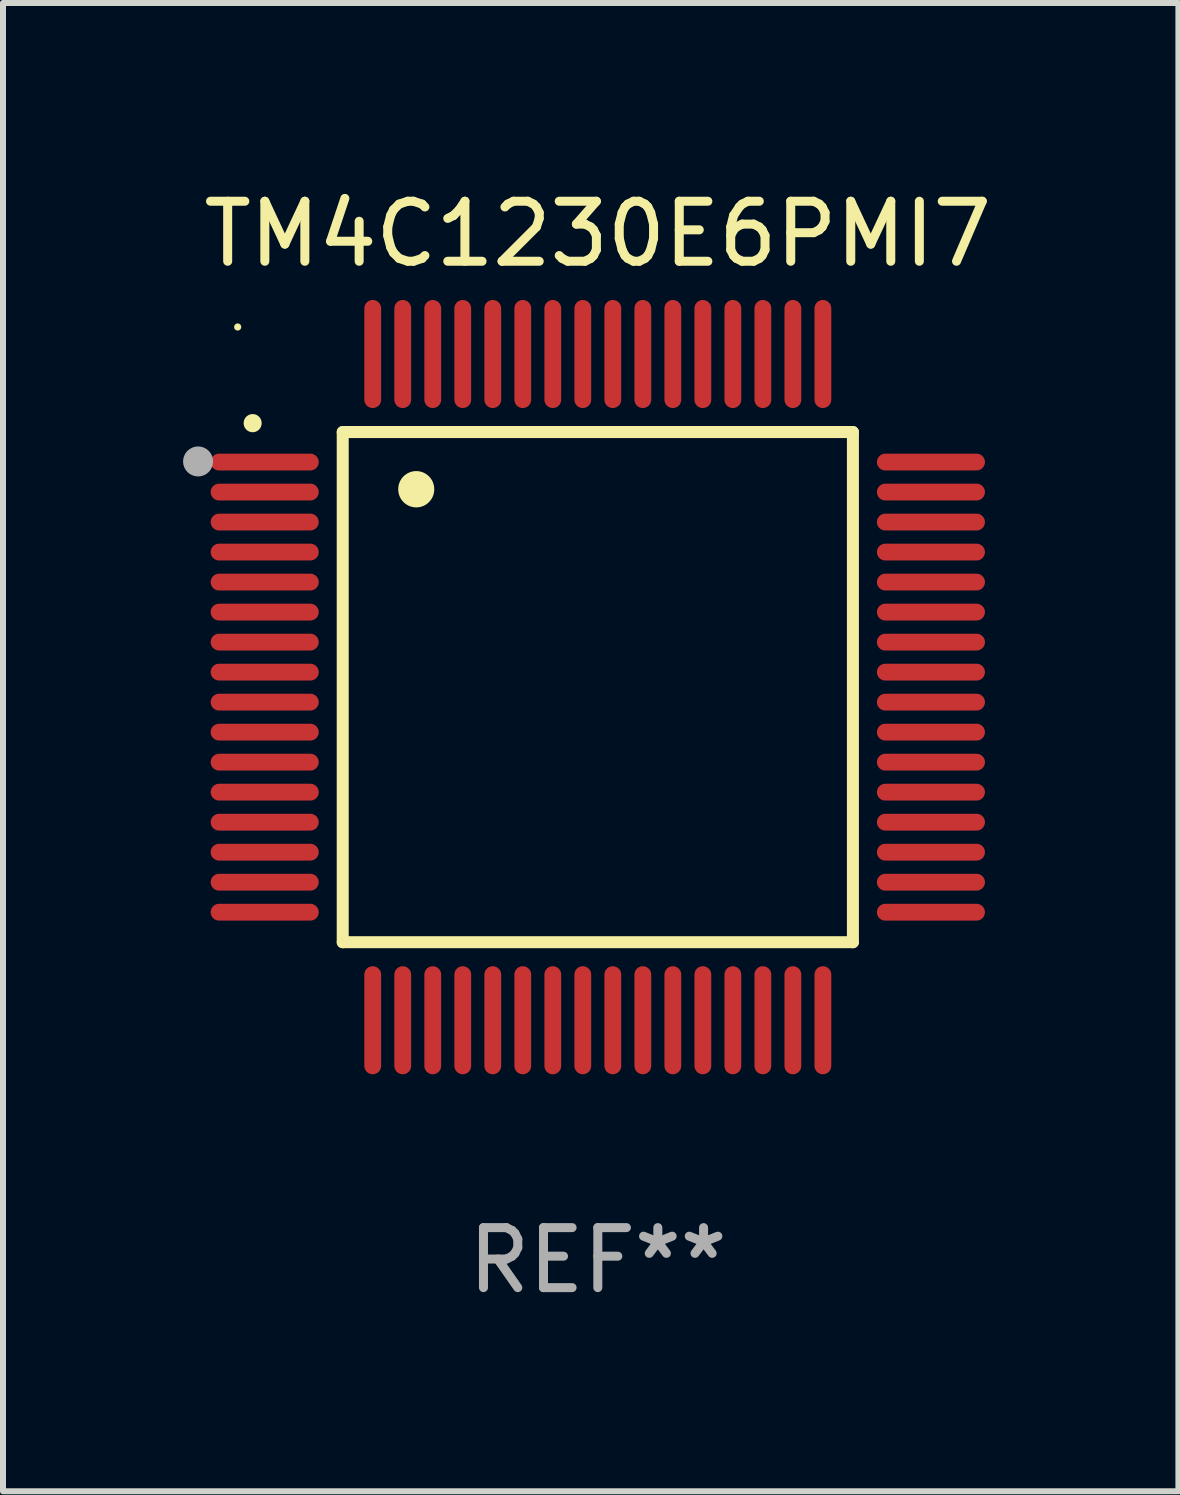
<source format=kicad_pcb>
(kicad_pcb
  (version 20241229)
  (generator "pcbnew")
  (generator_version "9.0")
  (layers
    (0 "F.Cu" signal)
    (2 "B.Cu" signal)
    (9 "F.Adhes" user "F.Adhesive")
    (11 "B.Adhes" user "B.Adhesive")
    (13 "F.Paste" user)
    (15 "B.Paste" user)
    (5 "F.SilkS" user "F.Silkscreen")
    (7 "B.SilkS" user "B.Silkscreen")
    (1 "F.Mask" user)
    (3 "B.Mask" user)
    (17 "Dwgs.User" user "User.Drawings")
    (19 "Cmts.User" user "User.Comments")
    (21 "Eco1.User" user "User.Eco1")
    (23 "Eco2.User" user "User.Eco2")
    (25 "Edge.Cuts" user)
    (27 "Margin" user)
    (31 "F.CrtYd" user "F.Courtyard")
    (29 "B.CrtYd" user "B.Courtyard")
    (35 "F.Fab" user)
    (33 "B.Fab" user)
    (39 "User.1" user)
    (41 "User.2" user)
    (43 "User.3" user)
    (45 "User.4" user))
  (footprint "TM4C1230E6PMI7"
    (layer "F.Cu")
    (at 6.91 8.398)
    (property "Reference" "TM4C1230E6PMI7" (at 0 -7.55 0) (layer "F.SilkS") (effects (font (size 1 1) (thickness 0.15))))
    (attr through_hole)
    (fp_line (start -4.25 -4.25) (end -4.25 4.25) (stroke (width 0.2) (type solid)) (layer "F.SilkS"))
    (fp_line (start -4.25 4.25) (end 4.25 4.25) (stroke (width 0.2) (type solid)) (layer "F.SilkS"))
    (fp_line (start 4.25 -4.25) (end -4.25 -4.25) (stroke (width 0.2) (type solid)) (layer "F.SilkS"))
    (fp_line (start 4.25 4.25) (end 4.25 -4.25) (stroke (width 0.2) (type solid)) (layer "F.SilkS"))
    (fp_arc (start -5.750572 -4.396749) (mid -5.750577 -4.398019) (end -5.750572 -4.399289) (stroke (width 0.3) (type solid)) (layer "F.SilkS"))
    (fp_arc (start -3.025146 -3.294387) (mid -3.025157 -3.296927) (end -3.025146 -3.299467) (stroke (width 0.6) (type solid)) (layer "F.SilkS"))
    (fp_circle (center -6 -6) (end -5.97 -6) (stroke (width 0.06) (type solid)) (fill no) (layer "F.SilkS"))
    (fp_circle (center -6.66 -3.76) (end -6.535 -3.76) (stroke (width 0.25) (type solid)) (fill no) (layer "F.Fab"))
    (fp_text user "REF**" (at 0 9.55 0) (layer "F.Fab") (effects (font (size 1 1) (thickness 0.15))))
    (pad "1" smd oval (at -5.55 -3.75) (size 1.8 0.28) (layers "F.Cu" "F.Mask" "F.Paste"))
    (pad "2" smd oval (at -5.55 -3.25) (size 1.8 0.28) (layers "F.Cu" "F.Mask" "F.Paste"))
    (pad "3" smd oval (at -5.55 -2.75) (size 1.8 0.28) (layers "F.Cu" "F.Mask" "F.Paste"))
    (pad "4" smd oval (at -5.55 -2.25) (size 1.8 0.28) (layers "F.Cu" "F.Mask" "F.Paste"))
    (pad "5" smd oval (at -5.55 -1.75) (size 1.8 0.28) (layers "F.Cu" "F.Mask" "F.Paste"))
    (pad "6" smd oval (at -5.55 -1.25) (size 1.8 0.28) (layers "F.Cu" "F.Mask" "F.Paste"))
    (pad "7" smd oval (at -5.55 -0.75) (size 1.8 0.28) (layers "F.Cu" "F.Mask" "F.Paste"))
    (pad "8" smd oval (at -5.55 -0.25) (size 1.8 0.28) (layers "F.Cu" "F.Mask" "F.Paste"))
    (pad "9" smd oval (at -5.55 0.25) (size 1.8 0.28) (layers "F.Cu" "F.Mask" "F.Paste"))
    (pad "10" smd oval (at -5.55 0.75) (size 1.8 0.28) (layers "F.Cu" "F.Mask" "F.Paste"))
    (pad "11" smd oval (at -5.55 1.25) (size 1.8 0.28) (layers "F.Cu" "F.Mask" "F.Paste"))
    (pad "12" smd oval (at -5.55 1.75) (size 1.8 0.28) (layers "F.Cu" "F.Mask" "F.Paste"))
    (pad "13" smd oval (at -5.55 2.25) (size 1.8 0.28) (layers "F.Cu" "F.Mask" "F.Paste"))
    (pad "14" smd oval (at -5.55 2.75) (size 1.8 0.28) (layers "F.Cu" "F.Mask" "F.Paste"))
    (pad "15" smd oval (at -5.55 3.25) (size 1.8 0.28) (layers "F.Cu" "F.Mask" "F.Paste"))
    (pad "16" smd oval (at -5.55 3.75) (size 1.8 0.28) (layers "F.Cu" "F.Mask" "F.Paste"))
    (pad "17" smd oval (at -3.75 5.55) (size 0.28 1.8) (layers "F.Cu" "F.Mask" "F.Paste"))
    (pad "18" smd oval (at -3.25 5.55) (size 0.28 1.8) (layers "F.Cu" "F.Mask" "F.Paste"))
    (pad "19" smd oval (at -2.75 5.55) (size 0.28 1.8) (layers "F.Cu" "F.Mask" "F.Paste"))
    (pad "20" smd oval (at -2.25 5.55) (size 0.28 1.8) (layers "F.Cu" "F.Mask" "F.Paste"))
    (pad "21" smd oval (at -1.75 5.55) (size 0.28 1.8) (layers "F.Cu" "F.Mask" "F.Paste"))
    (pad "22" smd oval (at -1.25 5.55) (size 0.28 1.8) (layers "F.Cu" "F.Mask" "F.Paste"))
    (pad "23" smd oval (at -0.75 5.55) (size 0.28 1.8) (layers "F.Cu" "F.Mask" "F.Paste"))
    (pad "24" smd oval (at -0.25 5.55) (size 0.28 1.8) (layers "F.Cu" "F.Mask" "F.Paste"))
    (pad "25" smd oval (at 0.25 5.55) (size 0.28 1.8) (layers "F.Cu" "F.Mask" "F.Paste"))
    (pad "26" smd oval (at 0.75 5.55) (size 0.28 1.8) (layers "F.Cu" "F.Mask" "F.Paste"))
    (pad "27" smd oval (at 1.25 5.55) (size 0.28 1.8) (layers "F.Cu" "F.Mask" "F.Paste"))
    (pad "28" smd oval (at 1.75 5.55) (size 0.28 1.8) (layers "F.Cu" "F.Mask" "F.Paste"))
    (pad "29" smd oval (at 2.25 5.55) (size 0.28 1.8) (layers "F.Cu" "F.Mask" "F.Paste"))
    (pad "30" smd oval (at 2.75 5.55) (size 0.28 1.8) (layers "F.Cu" "F.Mask" "F.Paste"))
    (pad "31" smd oval (at 3.25 5.55) (size 0.28 1.8) (layers "F.Cu" "F.Mask" "F.Paste"))
    (pad "32" smd oval (at 3.75 5.55) (size 0.28 1.8) (layers "F.Cu" "F.Mask" "F.Paste"))
    (pad "33" smd oval (at 5.55 3.75) (size 1.8 0.28) (layers "F.Cu" "F.Mask" "F.Paste"))
    (pad "34" smd oval (at 5.55 3.25) (size 1.8 0.28) (layers "F.Cu" "F.Mask" "F.Paste"))
    (pad "35" smd oval (at 5.55 2.75) (size 1.8 0.28) (layers "F.Cu" "F.Mask" "F.Paste"))
    (pad "36" smd oval (at 5.55 2.25) (size 1.8 0.28) (layers "F.Cu" "F.Mask" "F.Paste"))
    (pad "37" smd oval (at 5.55 1.75) (size 1.8 0.28) (layers "F.Cu" "F.Mask" "F.Paste"))
    (pad "38" smd oval (at 5.55 1.25) (size 1.8 0.28) (layers "F.Cu" "F.Mask" "F.Paste"))
    (pad "39" smd oval (at 5.55 0.75) (size 1.8 0.28) (layers "F.Cu" "F.Mask" "F.Paste"))
    (pad "40" smd oval (at 5.55 0.25) (size 1.8 0.28) (layers "F.Cu" "F.Mask" "F.Paste"))
    (pad "41" smd oval (at 5.55 -0.25) (size 1.8 0.28) (layers "F.Cu" "F.Mask" "F.Paste"))
    (pad "42" smd oval (at 5.55 -0.75) (size 1.8 0.28) (layers "F.Cu" "F.Mask" "F.Paste"))
    (pad "43" smd oval (at 5.55 -1.25) (size 1.8 0.28) (layers "F.Cu" "F.Mask" "F.Paste"))
    (pad "44" smd oval (at 5.55 -1.75) (size 1.8 0.28) (layers "F.Cu" "F.Mask" "F.Paste"))
    (pad "45" smd oval (at 5.55 -2.25) (size 1.8 0.28) (layers "F.Cu" "F.Mask" "F.Paste"))
    (pad "46" smd oval (at 5.55 -2.75) (size 1.8 0.28) (layers "F.Cu" "F.Mask" "F.Paste"))
    (pad "47" smd oval (at 5.55 -3.25) (size 1.8 0.28) (layers "F.Cu" "F.Mask" "F.Paste"))
    (pad "48" smd oval (at 5.55 -3.75) (size 1.8 0.28) (layers "F.Cu" "F.Mask" "F.Paste"))
    (pad "49" smd oval (at 3.75 -5.55) (size 0.28 1.8) (layers "F.Cu" "F.Mask" "F.Paste"))
    (pad "50" smd oval (at 3.25 -5.55) (size 0.28 1.8) (layers "F.Cu" "F.Mask" "F.Paste"))
    (pad "51" smd oval (at 2.75 -5.55) (size 0.28 1.8) (layers "F.Cu" "F.Mask" "F.Paste"))
    (pad "52" smd oval (at 2.25 -5.55) (size 0.28 1.8) (layers "F.Cu" "F.Mask" "F.Paste"))
    (pad "53" smd oval (at 1.75 -5.55) (size 0.28 1.8) (layers "F.Cu" "F.Mask" "F.Paste"))
    (pad "54" smd oval (at 1.25 -5.55) (size 0.28 1.8) (layers "F.Cu" "F.Mask" "F.Paste"))
    (pad "55" smd oval (at 0.75 -5.55) (size 0.28 1.8) (layers "F.Cu" "F.Mask" "F.Paste"))
    (pad "56" smd oval (at 0.25 -5.55) (size 0.28 1.8) (layers "F.Cu" "F.Mask" "F.Paste"))
    (pad "57" smd oval (at -0.25 -5.55) (size 0.28 1.8) (layers "F.Cu" "F.Mask" "F.Paste"))
    (pad "58" smd oval (at -0.75 -5.55) (size 0.28 1.8) (layers "F.Cu" "F.Mask" "F.Paste"))
    (pad "59" smd oval (at -1.25 -5.55) (size 0.28 1.8) (layers "F.Cu" "F.Mask" "F.Paste"))
    (pad "60" smd oval (at -1.75 -5.55) (size 0.28 1.8) (layers "F.Cu" "F.Mask" "F.Paste"))
    (pad "61" smd oval (at -2.25 -5.55) (size 0.28 1.8) (layers "F.Cu" "F.Mask" "F.Paste"))
    (pad "62" smd oval (at -2.75 -5.55) (size 0.28 1.8) (layers "F.Cu" "F.Mask" "F.Paste"))
    (pad "63" smd oval (at -3.25 -5.55) (size 0.28 1.8) (layers "F.Cu" "F.Mask" "F.Paste"))
    (pad "64" smd oval (at -3.75 -5.55) (size 0.28 1.8) (layers "F.Cu" "F.Mask" "F.Paste")))
  (gr_rect
    (start -3 -3)
    (end 16.583 21.796)
    (stroke (width 0.1) (type default))
    (fill no)
    (layer "Edge.Cuts")))
</source>
